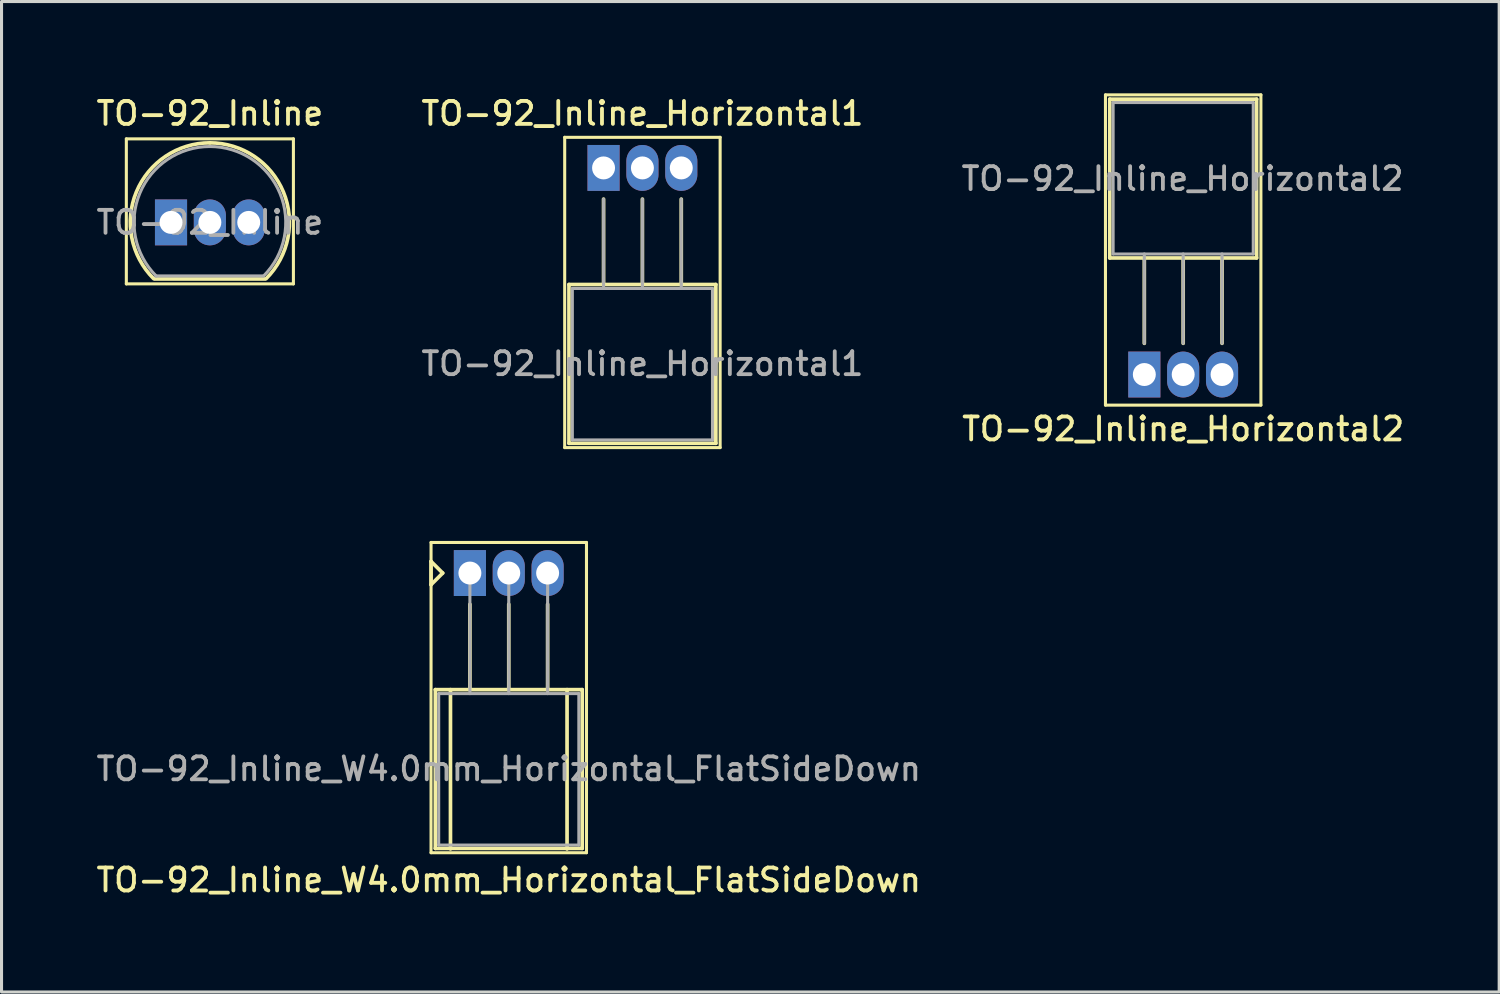
<source format=kicad_pcb>
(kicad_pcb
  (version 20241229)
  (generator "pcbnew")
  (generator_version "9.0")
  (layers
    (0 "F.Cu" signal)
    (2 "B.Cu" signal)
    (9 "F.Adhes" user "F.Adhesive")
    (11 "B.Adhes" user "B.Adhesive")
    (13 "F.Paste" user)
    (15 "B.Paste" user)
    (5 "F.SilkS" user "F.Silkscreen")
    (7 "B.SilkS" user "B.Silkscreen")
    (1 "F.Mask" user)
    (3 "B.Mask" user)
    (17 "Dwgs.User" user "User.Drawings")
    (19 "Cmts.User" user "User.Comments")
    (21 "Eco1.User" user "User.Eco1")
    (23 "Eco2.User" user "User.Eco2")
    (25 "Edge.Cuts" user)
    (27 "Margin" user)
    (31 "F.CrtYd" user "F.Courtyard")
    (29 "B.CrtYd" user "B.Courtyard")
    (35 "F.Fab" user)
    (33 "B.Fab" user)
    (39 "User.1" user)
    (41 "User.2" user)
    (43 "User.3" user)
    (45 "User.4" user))
  (footprint "TO-92_Inline_Horizontal2"
    (layer "F.Cu")
    (at 34.348 9.19)
    (property "Reference" "TO-92_Inline_Horizontal2" (at 1.27 1.78 0) (layer "F.SilkS") (effects (font (size 0.75 0.75) (thickness 0.125))))
    (attr through_hole)
    (fp_line (start -1.27 -9.14) (end -1.27 1) (stroke (width 0.1) (type solid)) (layer "F.SilkS"))
    (fp_line (start -1.27 -9.14) (end 3.81 -9.14) (stroke (width 0.1) (type solid)) (layer "F.SilkS"))
    (fp_line (start -1.13 -9) (end -1.13 -3.81) (stroke (width 0.12) (type solid)) (layer "F.SilkS"))
    (fp_line (start -1.13 -3.81) (end 3.67 -3.81) (stroke (width 0.12) (type solid)) (layer "F.SilkS"))
    (fp_line (start 0 -1.02) (end 0 -3.81) (stroke (width 0.12) (type solid)) (layer "F.SilkS"))
    (fp_line (start 1.27 -1.02) (end 1.27 -3.81) (stroke (width 0.12) (type solid)) (layer "F.SilkS"))
    (fp_line (start 2.54 -1.02) (end 2.54 -3.81) (stroke (width 0.12) (type solid)) (layer "F.SilkS"))
    (fp_line (start 3.67 -9) (end -1.13 -9) (stroke (width 0.12) (type solid)) (layer "F.SilkS"))
    (fp_line (start 3.67 -3.81) (end 3.67 -9) (stroke (width 0.12) (type solid)) (layer "F.SilkS"))
    (fp_line (start 3.81 1) (end -1.27 1) (stroke (width 0.1) (type solid)) (layer "F.SilkS"))
    (fp_line (start 3.81 1) (end 3.81 -9.14) (stroke (width 0.1) (type solid)) (layer "F.SilkS"))
    (fp_line (start -1.02 -8.89) (end -1.02 -3.94) (stroke (width 0.1) (type solid)) (layer "F.Fab"))
    (fp_line (start -1.02 -3.94) (end 3.56 -3.94) (stroke (width 0.1) (type solid)) (layer "F.Fab"))
    (fp_line (start 0 -3.94) (end 0 -1.02) (stroke (width 0.1) (type solid)) (layer "F.Fab"))
    (fp_line (start 1.27 -3.94) (end 1.27 -1.02) (stroke (width 0.1) (type solid)) (layer "F.Fab"))
    (fp_line (start 2.54 -3.94) (end 2.54 -1.02) (stroke (width 0.1) (type solid)) (layer "F.Fab"))
    (fp_line (start 3.56 -8.89) (end -1.02 -8.89) (stroke (width 0.1) (type solid)) (layer "F.Fab"))
    (fp_line (start 3.56 -3.94) (end 3.56 -8.89) (stroke (width 0.1) (type solid)) (layer "F.Fab"))
    (fp_text user "${REFERENCE}" (at 1.25 -6.4 0) (layer "F.Fab") (effects (font (size 0.75 0.75) (thickness 0.125))))
    (pad "1" thru_hole rect (at 0 0) (size 1.05 1.5) (drill 0.75) (layers "*.Cu" "*.Mask"))
    (pad "2" thru_hole oval (at 1.27 0) (size 1.05 1.5) (drill 0.75) (layers "*.Cu" "*.Mask"))
    (pad "3" thru_hole oval (at 2.54 0) (size 1.05 1.5) (drill 0.75) (layers "*.Cu" "*.Mask")))
  (footprint "TO-92_Inline"
    (layer "F.Cu")
    (at 2.539 4.218)
    (property "Reference" "TO-92_Inline" (at 1.27 -3.56 0) (layer "F.SilkS") (effects (font (size 0.75 0.75) (thickness 0.125))))
    (attr through_hole)
    (fp_line (start -1.46 -2.73) (end -1.46 2.01) (stroke (width 0.1) (type solid)) (layer "F.SilkS"))
    (fp_line (start -1.46 -2.73) (end 4 -2.73) (stroke (width 0.1) (type solid)) (layer "F.SilkS"))
    (fp_line (start -0.53 1.85) (end 3.07 1.85) (stroke (width 0.12) (type solid)) (layer "F.SilkS"))
    (fp_line (start 4 2.01) (end -1.46 2.01) (stroke (width 0.1) (type solid)) (layer "F.SilkS"))
    (fp_line (start 4 2.01) (end 4 -2.73) (stroke (width 0.1) (type solid)) (layer "F.SilkS"))
    (fp_arc (start -0.568478 1.838478) (mid -1.132087 -0.994977) (end 1.27 -2.6) (stroke (width 0.12) (type solid)) (layer "F.SilkS"))
    (fp_arc (start 1.27 -2.6) (mid 3.672087 -0.994977) (end 3.108478 1.838478) (stroke (width 0.12) (type solid)) (layer "F.SilkS"))
    (fp_line (start -0.5 1.75) (end 3 1.75) (stroke (width 0.1) (type solid)) (layer "F.Fab"))
    (fp_arc (start -0.483625 1.753625) (mid -1.021221 -0.949055) (end 1.27 -2.48) (stroke (width 0.1) (type solid)) (layer "F.Fab"))
    (fp_arc (start 1.27 -2.48) (mid 3.561221 -0.949055) (end 3.023625 1.753625) (stroke (width 0.1) (type solid)) (layer "F.Fab"))
    (fp_text user "${REFERENCE}" (at 1.27 0 0) (layer "F.Fab") (effects (font (size 0.75 0.75) (thickness 0.125))))
    (pad "1" thru_hole rect (at 0 0) (size 1.05 1.5) (drill 0.75) (layers "*.Cu" "*.Mask"))
    (pad "2" thru_hole oval (at 1.27 0) (size 1.05 1.5) (drill 0.75) (layers "*.Cu" "*.Mask"))
    (pad "3" thru_hole oval (at 2.54 0) (size 1.05 1.5) (drill 0.75) (layers "*.Cu" "*.Mask")))
  (footprint "TO-92_Inline_W4.0mm_Horizontal_FlatSideDown"
    (layer "F.Cu")
    (at 12.307 15.678)
    (property "Reference" "TO-92_Inline_W4.0mm_Horizontal_FlatSideDown" (at 1.27 10.033 0) (layer "F.SilkS") (effects (font (size 0.75 0.75) (thickness 0.125))))
    (attr through_hole)
    (fp_line (start -1.27 -1) (end -1.27 9.14) (stroke (width 0.1) (type solid)) (layer "F.SilkS"))
    (fp_line (start -1.27 -1) (end 3.81 -1) (stroke (width 0.1) (type solid)) (layer "F.SilkS"))
    (fp_line (start -1.27 -0.381) (end -1.27 0.381) (stroke (width 0.12) (type solid)) (layer "F.SilkS"))
    (fp_line (start -1.27 0.381) (end -0.889 0) (stroke (width 0.12) (type solid)) (layer "F.SilkS"))
    (fp_line (start -1.13 3.81) (end 3.67 3.81) (stroke (width 0.12) (type solid)) (layer "F.SilkS"))
    (fp_line (start -1.13 9) (end -1.13 3.81) (stroke (width 0.12) (type solid)) (layer "F.SilkS"))
    (fp_line (start -0.889 0) (end -1.27 -0.381) (stroke (width 0.12) (type solid)) (layer "F.SilkS"))
    (fp_line (start -0.635 3.81) (end -0.635 9.017) (stroke (width 0.12) (type solid)) (layer "F.SilkS"))
    (fp_line (start 0 1.02) (end 0 3.81) (stroke (width 0.12) (type solid)) (layer "F.SilkS"))
    (fp_line (start 1.27 1.02) (end 1.27 3.81) (stroke (width 0.12) (type solid)) (layer "F.SilkS"))
    (fp_line (start 2.54 1.02) (end 2.54 3.81) (stroke (width 0.12) (type solid)) (layer "F.SilkS"))
    (fp_line (start 3.175 3.81) (end 3.175 9.017) (stroke (width 0.12) (type solid)) (layer "F.SilkS"))
    (fp_line (start 3.67 3.81) (end 3.67 9) (stroke (width 0.12) (type solid)) (layer "F.SilkS"))
    (fp_line (start 3.67 9) (end -1.13 9) (stroke (width 0.12) (type solid)) (layer "F.SilkS"))
    (fp_line (start 3.81 9.14) (end -1.27 9.14) (stroke (width 0.1) (type solid)) (layer "F.SilkS"))
    (fp_line (start 3.81 9.14) (end 3.81 -1) (stroke (width 0.1) (type solid)) (layer "F.SilkS"))
    (fp_line (start -1.02 3.94) (end 3.56 3.94) (stroke (width 0.1) (type solid)) (layer "F.Fab"))
    (fp_line (start -1.02 8.89) (end -1.02 3.94) (stroke (width 0.1) (type solid)) (layer "F.Fab"))
    (fp_line (start 0 3.94) (end 0 0) (stroke (width 0.1) (type solid)) (layer "F.Fab"))
    (fp_line (start 1.27 3.94) (end 1.27 0) (stroke (width 0.1) (type solid)) (layer "F.Fab"))
    (fp_line (start 2.54 3.94) (end 2.54 0) (stroke (width 0.1) (type solid)) (layer "F.Fab"))
    (fp_line (start 3.56 3.94) (end 3.56 8.89) (stroke (width 0.1) (type solid)) (layer "F.Fab"))
    (fp_line (start 3.56 8.89) (end -1.02 8.89) (stroke (width 0.1) (type solid)) (layer "F.Fab"))
    (fp_text user "${REFERENCE}" (at 1.27 6.4 0) (layer "F.Fab") (effects (font (size 0.75 0.75) (thickness 0.125))))
    (pad "1" thru_hole rect (at 0 0) (size 1.05 1.5) (drill 0.75) (layers "*.Cu" "*.Mask"))
    (pad "2" thru_hole oval (at 1.27 0) (size 1.05 1.5) (drill 0.75) (layers "*.Cu" "*.Mask"))
    (pad "3" thru_hole oval (at 2.54 0) (size 1.05 1.5) (drill 0.75) (layers "*.Cu" "*.Mask")))
  (footprint "TO-92_Inline_Horizontal1"
    (layer "F.Cu")
    (at 16.675 2.438)
    (property "Reference" "TO-92_Inline_Horizontal1" (at 1.27 -1.78 0) (layer "F.SilkS") (effects (font (size 0.75 0.75) (thickness 0.125))))
    (attr through_hole)
    (fp_line (start -1.27 -1) (end -1.27 9.14) (stroke (width 0.1) (type solid)) (layer "F.SilkS"))
    (fp_line (start -1.27 -1) (end 3.81 -1) (stroke (width 0.1) (type solid)) (layer "F.SilkS"))
    (fp_line (start -1.13 3.81) (end 3.67 3.81) (stroke (width 0.12) (type solid)) (layer "F.SilkS"))
    (fp_line (start -1.13 9) (end -1.13 3.81) (stroke (width 0.12) (type solid)) (layer "F.SilkS"))
    (fp_line (start 0 1.02) (end 0 3.81) (stroke (width 0.12) (type solid)) (layer "F.SilkS"))
    (fp_line (start 1.27 1.02) (end 1.27 3.81) (stroke (width 0.12) (type solid)) (layer "F.SilkS"))
    (fp_line (start 2.54 1.02) (end 2.54 3.81) (stroke (width 0.12) (type solid)) (layer "F.SilkS"))
    (fp_line (start 3.67 3.81) (end 3.67 9) (stroke (width 0.12) (type solid)) (layer "F.SilkS"))
    (fp_line (start 3.67 9) (end -1.13 9) (stroke (width 0.12) (type solid)) (layer "F.SilkS"))
    (fp_line (start 3.81 9.14) (end -1.27 9.14) (stroke (width 0.1) (type solid)) (layer "F.SilkS"))
    (fp_line (start 3.81 9.14) (end 3.81 -1) (stroke (width 0.1) (type solid)) (layer "F.SilkS"))
    (fp_line (start -1.02 3.94) (end 3.56 3.94) (stroke (width 0.1) (type solid)) (layer "F.Fab"))
    (fp_line (start -1.02 8.89) (end -1.02 3.94) (stroke (width 0.1) (type solid)) (layer "F.Fab"))
    (fp_line (start 0 3.94) (end 0 1.02) (stroke (width 0.1) (type solid)) (layer "F.Fab"))
    (fp_line (start 1.27 3.94) (end 1.27 1.02) (stroke (width 0.1) (type solid)) (layer "F.Fab"))
    (fp_line (start 2.54 3.94) (end 2.54 1.02) (stroke (width 0.1) (type solid)) (layer "F.Fab"))
    (fp_line (start 3.56 3.94) (end 3.56 8.89) (stroke (width 0.1) (type solid)) (layer "F.Fab"))
    (fp_line (start 3.56 8.89) (end -1.02 8.89) (stroke (width 0.1) (type solid)) (layer "F.Fab"))
    (fp_text user "${REFERENCE}" (at 1.27 6.4 0) (layer "F.Fab") (effects (font (size 0.75 0.75) (thickness 0.125))))
    (pad "1" thru_hole rect (at 0 0) (size 1.05 1.5) (drill 0.75) (layers "*.Cu" "*.Mask"))
    (pad "2" thru_hole oval (at 1.27 0) (size 1.05 1.5) (drill 0.75) (layers "*.Cu" "*.Mask"))
    (pad "3" thru_hole oval (at 2.54 0) (size 1.05 1.5) (drill 0.75) (layers "*.Cu" "*.Mask")))
  (gr_rect
    (start -3 -3)
    (end 45.945 29.369)
    (stroke (width 0.1) (type default))
    (fill no)
    (layer "Edge.Cuts")))
</source>
